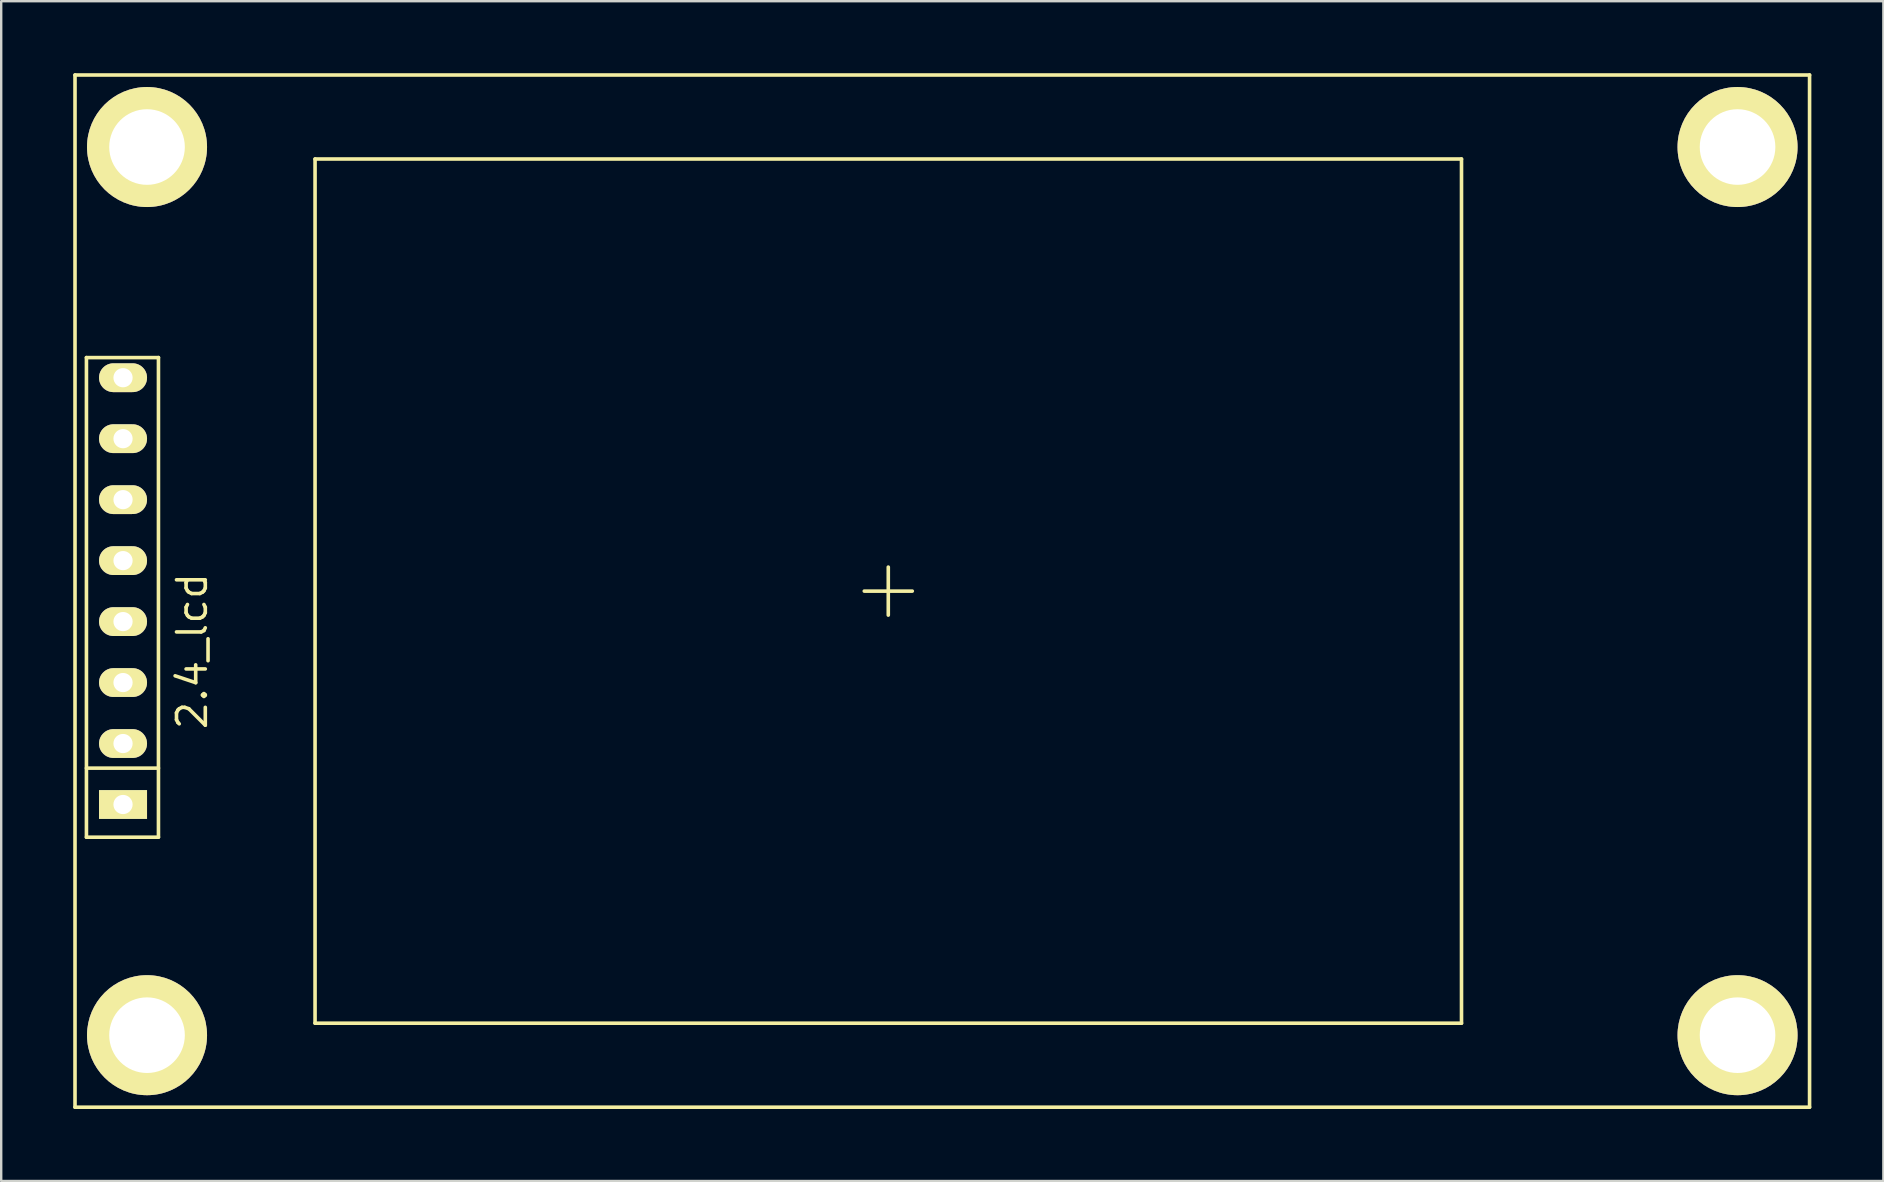
<source format=kicad_pcb>
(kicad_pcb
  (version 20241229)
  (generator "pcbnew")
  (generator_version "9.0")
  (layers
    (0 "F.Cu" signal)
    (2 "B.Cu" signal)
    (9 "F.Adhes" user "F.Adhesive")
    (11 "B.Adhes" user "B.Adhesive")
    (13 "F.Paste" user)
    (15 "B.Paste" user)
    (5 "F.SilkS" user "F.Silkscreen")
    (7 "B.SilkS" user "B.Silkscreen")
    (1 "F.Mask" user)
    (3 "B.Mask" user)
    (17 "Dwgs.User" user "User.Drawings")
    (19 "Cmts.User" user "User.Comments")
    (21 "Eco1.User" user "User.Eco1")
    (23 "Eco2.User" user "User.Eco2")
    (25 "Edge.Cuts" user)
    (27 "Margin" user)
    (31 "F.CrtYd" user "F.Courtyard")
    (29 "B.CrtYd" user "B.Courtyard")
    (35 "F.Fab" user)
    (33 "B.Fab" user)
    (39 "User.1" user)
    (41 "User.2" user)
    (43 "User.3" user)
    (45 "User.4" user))
  (footprint "2.4_lcd"
    (layer "F.Cu")
    (at 33.955 21.575)
    (property "Reference" "2.4_lcd" (at -29 2.5 90) (layer "F.SilkS") (effects (font (size 1.2 1.2) (thickness 0.15))))
    (attr through_hole)
    (fp_line (start -33.88 -21.5) (end 38.38 -21.5) (stroke (width 0.15) (type solid)) (layer "F.SilkS"))
    (fp_line (start -33.88 21.5) (end -33.88 -21.5) (stroke (width 0.15) (type solid)) (layer "F.SilkS"))
    (fp_line (start -33.404 -9.728) (end -30.404 -9.728) (stroke (width 0.15) (type solid)) (layer "F.SilkS"))
    (fp_line (start -33.404 7.374) (end -30.404 7.374) (stroke (width 0.15) (type solid)) (layer "F.SilkS"))
    (fp_line (start -33.404 10.252) (end -33.404 -9.728) (stroke (width 0.15) (type solid)) (layer "F.SilkS"))
    (fp_line (start -30.404 -9.728) (end -30.404 10.252) (stroke (width 0.15) (type solid)) (layer "F.SilkS"))
    (fp_line (start -30.404 10.252) (end -33.404 10.252) (stroke (width 0.15) (type solid)) (layer "F.SilkS"))
    (fp_line (start -23.88 -18) (end -23.88 18) (stroke (width 0.15) (type solid)) (layer "F.SilkS"))
    (fp_line (start -23.88 -18) (end 23.88 -18) (stroke (width 0.15) (type solid)) (layer "F.SilkS"))
    (fp_line (start -23.88 18) (end 23.88 18) (stroke (width 0.15) (type solid)) (layer "F.SilkS"))
    (fp_line (start 0 -1) (end 0 1) (stroke (width 0.15) (type solid)) (layer "F.SilkS"))
    (fp_line (start 1 0) (end -1 0) (stroke (width 0.15) (type solid)) (layer "F.SilkS"))
    (fp_line (start 23.88 18) (end 23.88 -18) (stroke (width 0.15) (type solid)) (layer "F.SilkS"))
    (fp_line (start 38.38 -21.5) (end 38.38 21.5) (stroke (width 0.15) (type solid)) (layer "F.SilkS"))
    (fp_line (start 38.38 21.5) (end -33.88 21.5) (stroke (width 0.15) (type solid)) (layer "F.SilkS"))
    (pad "" thru_hole circle (at -30.88 -18.5) (size 5 5) (drill 3.15) (layers "*.Cu" "*.Mask" "F.SilkS"))
    (pad "" thru_hole circle (at -30.88 18.5) (size 5 5) (drill 3.15) (layers "*.Cu" "*.Mask" "F.SilkS"))
    (pad "" thru_hole circle (at 35.38 -18.5) (size 5 5) (drill 3.15) (layers "*.Cu" "*.Mask" "F.SilkS"))
    (pad "" thru_hole circle (at 35.38 18.5) (size 5 5) (drill 3.15) (layers "*.Cu" "*.Mask" "F.SilkS"))
    (pad "1" thru_hole rect (at -31.88 8.89 90) (size 1.2 2) (drill 0.8) (layers "*.Cu" "*.Mask" "F.SilkS"))
    (pad "2" thru_hole oval (at -31.88 6.35 90) (size 1.2 2) (drill 0.8) (layers "*.Cu" "*.Mask" "F.SilkS"))
    (pad "3" thru_hole oval (at -31.88 3.81 90) (size 1.2 2) (drill 0.8) (layers "*.Cu" "*.Mask" "F.SilkS"))
    (pad "4" thru_hole oval (at -31.88 1.27 90) (size 1.2 2) (drill 0.8) (layers "*.Cu" "*.Mask" "F.SilkS"))
    (pad "5" thru_hole oval (at -31.88 -1.27 90) (size 1.2 2) (drill 0.8) (layers "*.Cu" "*.Mask" "F.SilkS"))
    (pad "6" thru_hole oval (at -31.88 -3.81 90) (size 1.2 2) (drill 0.8) (layers "*.Cu" "*.Mask" "F.SilkS"))
    (pad "7" thru_hole oval (at -31.88 -6.35 90) (size 1.2 2) (drill 0.8) (layers "*.Cu" "*.Mask" "F.SilkS"))
    (pad "8" thru_hole oval (at -31.88 -8.89 90) (size 1.2 2) (drill 0.8) (layers "*.Cu" "*.Mask" "F.SilkS")))
  (gr_rect
    (start -3 -3)
    (end 75.41 46.15)
    (stroke (width 0.1) (type default))
    (fill no)
    (layer "Edge.Cuts")))
</source>
